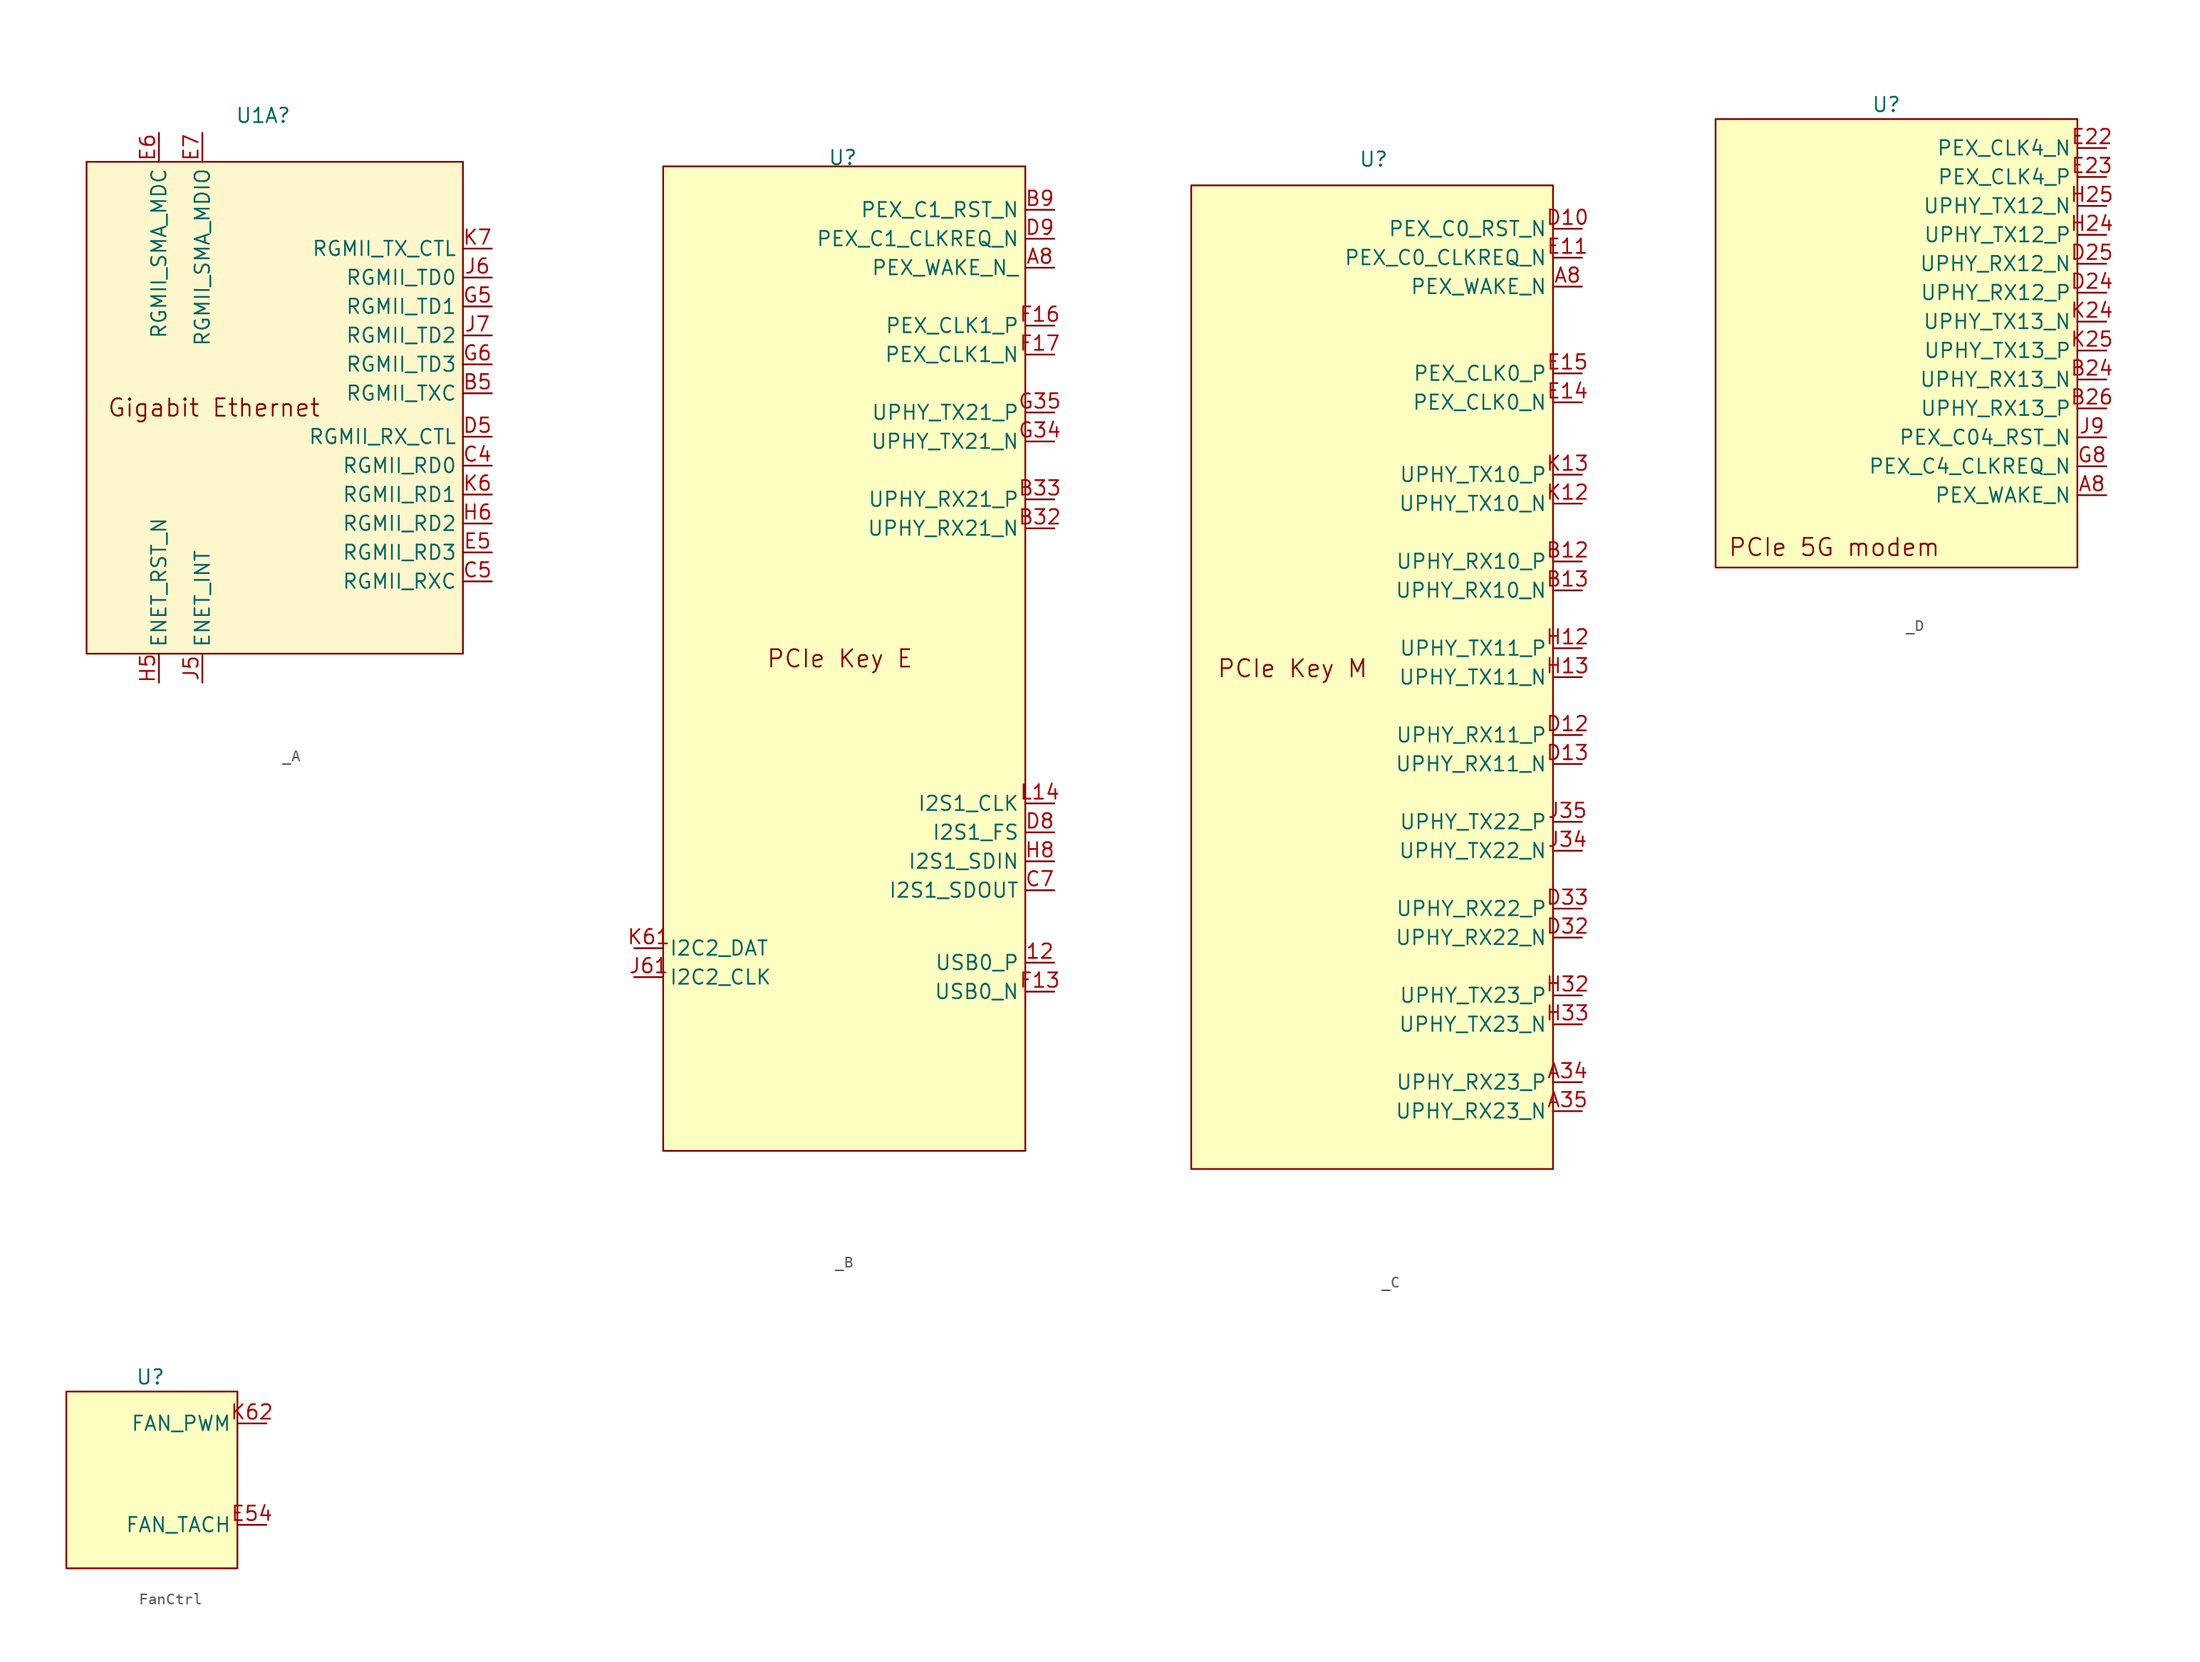
<source format=kicad_sym>
(kicad_symbol_lib
  (version 20241209)
  (generator "kicad_symbol_editor")
  (generator_version "9.0")
  (symbol "_A"
    (property "Reference" "U1A"
      (at 0.254 25.654 0)
      (effects (font (size 1.27 1.27))))
    (property "Value" ""
      (at 0 0 0)
      (effects (font (size 1.27 1.27))))
    (symbol "_A_0_1"
      (rectangle (start -15.24 21.59) (end 17.78 -21.59) (stroke (width 0) (type default)) (fill (type color) (color 255 247 204 1))))
    (symbol "_A_1_0"
      (pin output line (at -8.89 24.13 270) (length 2.54) (name "RGMII_SMA_MDC" (effects (font (size 1.27 1.27)))) (number "E6" (effects (font (size 1.27 1.27)))))
      (pin bidirectional line (at -8.89 -24.13 90) (length 2.54) (name "ENET_RST_N" (effects (font (size 1.27 1.27)))) (number "H5" (effects (font (size 1.27 1.27)))))
      (pin bidirectional line (at -5.08 24.13 270) (length 2.54) (name "RGMII_SMA_MDIO" (effects (font (size 1.27 1.27)))) (number "E7" (effects (font (size 1.27 1.27)))))
      (pin bidirectional line (at -5.08 -24.13 90) (length 2.54) (name "ENET_INT" (effects (font (size 1.27 1.27)))) (number "J5" (effects (font (size 1.27 1.27)))))
      (pin input line (at 20.32 -2.54 180) (length 2.54) (name "RGMII_RX_CTL" (effects (font (size 1.27 1.27)))) (number "D5" (effects (font (size 1.27 1.27)))))
      (pin input line (at 20.32 -5.08 180) (length 2.54) (name "RGMII_RD0" (effects (font (size 1.27 1.27)))) (number "C4" (effects (font (size 1.27 1.27)))))
      (pin input line (at 20.32 -7.62 180) (length 2.54) (name "RGMII_RD1" (effects (font (size 1.27 1.27)))) (number "K6" (effects (font (size 1.27 1.27)))))
      (pin input line (at 20.32 -10.16 180) (length 2.54) (name "RGMII_RD2" (effects (font (size 1.27 1.27)))) (number "H6" (effects (font (size 1.27 1.27)))))
      (pin input line (at 20.32 -12.7 180) (length 2.54) (name "RGMII_RD3" (effects (font (size 1.27 1.27)))) (number "E5" (effects (font (size 1.27 1.27)))))
      (pin input line (at 20.32 -15.24 180) (length 2.54) (name "RGMII_RXC" (effects (font (size 1.27 1.27)))) (number "C5" (effects (font (size 1.27 1.27))))))
    (symbol "_A_1_1"
      (text "Gigabit Ethernet" (at -4.064 0 0) (effects (font (size 1.524 1.524))))
      (pin output line (at 20.32 13.97 180) (length 2.54) (name "RGMII_TX_CTL" (effects (font (size 1.27 1.27)))) (number "K7" (effects (font (size 1.27 1.27)))))
      (pin output line (at 20.32 11.43 180) (length 2.54) (name "RGMII_TD0" (effects (font (size 1.27 1.27)))) (number "J6" (effects (font (size 1.27 1.27)))))
      (pin output line (at 20.32 8.89 180) (length 2.54) (name "RGMII_TD1" (effects (font (size 1.27 1.27)))) (number "G5" (effects (font (size 1.27 1.27)))))
      (pin output line (at 20.32 6.35 180) (length 2.54) (name "RGMII_TD2" (effects (font (size 1.27 1.27)))) (number "J7" (effects (font (size 1.27 1.27)))))
      (pin output line (at 20.32 3.81 180) (length 2.54) (name "RGMII_TD3" (effects (font (size 1.27 1.27)))) (number "G6" (effects (font (size 1.27 1.27)))))
      (pin output line (at 20.32 1.27 180) (length 2.54) (name "RGMII_TXC" (effects (font (size 1.27 1.27)))) (number "B5" (effects (font (size 1.27 1.27)))))))
  (symbol "_B"
    (property "Reference" "U"
      (at 0.508 23.622 0)
      (effects (font (size 1.27 1.27))))
    (property "Value" ""
      (at 0 0 0)
      (effects (font (size 1.27 1.27))))
    (symbol "_B_0_1"
      (rectangle (start -15.24 22.86) (end 16.51 -63.5) (stroke (width 0) (type default)) (fill (type background))))
    (symbol "_B_1_0"
      (pin bidirectional line (at -17.78 -45.72 0) (length 2.54) (name "I2C2_DAT" (effects (font (size 1.27 1.27)))) (number "K61" (effects (font (size 1.27 1.27)))))
      (pin bidirectional line (at -17.78 -48.26 0) (length 2.54) (name "I2C2_CLK" (effects (font (size 1.27 1.27)))) (number "J61" (effects (font (size 1.27 1.27)))))
      (pin output line (at 19.05 19.05 180) (length 2.54) (name "PEX_C1_RST_N" (effects (font (size 1.27 1.27)))) (number "B9" (effects (font (size 1.27 1.27)))))
      (pin bidirectional line (at 19.05 16.51 180) (length 2.54) (name "PEX_C1_CLKREQ_N" (effects (font (size 1.27 1.27)))) (number "D9" (effects (font (size 1.27 1.27)))))
      (pin input line (at 19.05 13.97 180) (length 2.54) (name "PEX_WAKE_N_" (effects (font (size 1.27 1.27)))) (number "A8" (effects (font (size 1.27 1.27)))))
      (pin output line (at 19.05 8.89 180) (length 2.54) (name "PEX_CLK1_P" (effects (font (size 1.27 1.27)))) (number "F16" (effects (font (size 1.27 1.27)))))
      (pin output line (at 19.05 6.35 180) (length 2.54) (name "PEX_CLK1_N" (effects (font (size 1.27 1.27)))) (number "F17" (effects (font (size 1.27 1.27)))))
      (pin output line (at 19.05 1.27 180) (length 2.54) (name "UPHY_TX21_P" (effects (font (size 1.27 1.27)))) (number "G35" (effects (font (size 1.27 1.27)))))
      (pin output line (at 19.05 -1.27 180) (length 2.54) (name "UPHY_TX21_N" (effects (font (size 1.27 1.27)))) (number "G34" (effects (font (size 1.27 1.27)))))
      (pin input line (at 19.05 -6.35 180) (length 2.54) (name "UPHY_RX21_P" (effects (font (size 1.27 1.27)))) (number "B33" (effects (font (size 1.27 1.27)))))
      (pin input line (at 19.05 -8.89 180) (length 2.54) (name "UPHY_RX21_N" (effects (font (size 1.27 1.27)))) (number "B32" (effects (font (size 1.27 1.27)))))
      (pin bidirectional line (at 19.05 -33.02 180) (length 2.54) (name "I2S1_CLK" (effects (font (size 1.27 1.27)))) (number "L14" (effects (font (size 1.27 1.27)))))
      (pin bidirectional line (at 19.05 -35.56 180) (length 2.54) (name "I2S1_FS" (effects (font (size 1.27 1.27)))) (number "D8" (effects (font (size 1.27 1.27)))))
      (pin input line (at 19.05 -38.1 180) (length 2.54) (name "I2S1_SDIN" (effects (font (size 1.27 1.27)))) (number "H8" (effects (font (size 1.27 1.27)))))
      (pin output line (at 19.05 -40.64 180) (length 2.54) (name "I2S1_SDOUT" (effects (font (size 1.27 1.27)))) (number "C7" (effects (font (size 1.27 1.27)))))
      (pin bidirectional line (at 19.05 -46.99 180) (length 2.54) (name "USB0_P" (effects (font (size 1.27 1.27)))) (number "12" (effects (font (size 1.27 1.27)))))
      (pin bidirectional line (at 19.05 -49.53 180) (length 2.54) (name "USB0_N" (effects (font (size 1.27 1.27)))) (number "F13" (effects (font (size 1.27 1.27))))))
    (symbol "_B_1_1"
      (text "PCIe Key E" (at 0.254 -20.32 0) (effects (font (size 1.524 1.524))))))
  (symbol "_C"
    (property "Reference" "U"
      (at 0.762 44.196 0)
      (effects (font (size 1.27 1.27))))
    (property "Value" ""
      (at 0 0 0)
      (effects (font (size 1.27 1.27))))
    (symbol "_C_0_1"
      (rectangle (start -15.24 41.91) (end 16.51 -44.45) (stroke (width 0) (type default)) (fill (type background))))
    (symbol "_C_1_0"
      (pin output line (at 19.05 38.1 180) (length 2.54) (name "PEX_C0_RST_N" (effects (font (size 1.27 1.27)))) (number "D10" (effects (font (size 1.27 1.27)))))
      (pin bidirectional line (at 19.05 35.56 180) (length 2.54) (name "PEX_C0_CLKREQ_N" (effects (font (size 1.27 1.27)))) (number "E11" (effects (font (size 1.27 1.27)))))
      (pin input line (at 19.05 33.02 180) (length 2.54) (name "PEX_WAKE_N" (effects (font (size 1.27 1.27)))) (number "A8" (effects (font (size 1.27 1.27)))))
      (pin output line (at 19.05 25.4 180) (length 2.54) (name "PEX_CLK0_P" (effects (font (size 1.27 1.27)))) (number "E15" (effects (font (size 1.27 1.27)))))
      (pin output line (at 19.05 22.86 180) (length 2.54) (name "PEX_CLK0_N" (effects (font (size 1.27 1.27)))) (number "E14" (effects (font (size 1.27 1.27)))))
      (pin output line (at 19.05 16.51 180) (length 2.54) (name "UPHY_TX10_P" (effects (font (size 1.27 1.27)))) (number "K13" (effects (font (size 1.27 1.27)))))
      (pin output line (at 19.05 13.97 180) (length 2.54) (name "UPHY_TX10_N" (effects (font (size 1.27 1.27)))) (number "K12" (effects (font (size 1.27 1.27)))))
      (pin input line (at 19.05 8.89 180) (length 2.54) (name "UPHY_RX10_P" (effects (font (size 1.27 1.27)))) (number "B12" (effects (font (size 1.27 1.27)))))
      (pin input line (at 19.05 6.35 180) (length 2.54) (name "UPHY_RX10_N" (effects (font (size 1.27 1.27)))) (number "B13" (effects (font (size 1.27 1.27)))))
      (pin output line (at 19.05 1.27 180) (length 2.54) (name "UPHY_TX11_P" (effects (font (size 1.27 1.27)))) (number "H12" (effects (font (size 1.27 1.27)))))
      (pin output line (at 19.05 -1.27 180) (length 2.54) (name "UPHY_TX11_N" (effects (font (size 1.27 1.27)))) (number "H13" (effects (font (size 1.27 1.27)))))
      (pin input line (at 19.05 -6.35 180) (length 2.54) (name "UPHY_RX11_P" (effects (font (size 1.27 1.27)))) (number "D12" (effects (font (size 1.27 1.27)))))
      (pin input line (at 19.05 -8.89 180) (length 2.54) (name "UPHY_RX11_N" (effects (font (size 1.27 1.27)))) (number "D13" (effects (font (size 1.27 1.27)))))
      (pin output line (at 19.05 -13.97 180) (length 2.54) (name "UPHY_TX22_P" (effects (font (size 1.27 1.27)))) (number "J35" (effects (font (size 1.27 1.27)))))
      (pin output line (at 19.05 -16.51 180) (length 2.54) (name "UPHY_TX22_N" (effects (font (size 1.27 1.27)))) (number "J34" (effects (font (size 1.27 1.27)))))
      (pin input line (at 19.05 -21.59 180) (length 2.54) (name "UPHY_RX22_P" (effects (font (size 1.27 1.27)))) (number "D33" (effects (font (size 1.27 1.27)))))
      (pin input line (at 19.05 -24.13 180) (length 2.54) (name "UPHY_RX22_N" (effects (font (size 1.27 1.27)))) (number "D32" (effects (font (size 1.27 1.27)))))
      (pin output line (at 19.05 -29.21 180) (length 2.54) (name "UPHY_TX23_P" (effects (font (size 1.27 1.27)))) (number "H32" (effects (font (size 1.27 1.27)))))
      (pin output line (at 19.05 -31.75 180) (length 2.54) (name "UPHY_TX23_N" (effects (font (size 1.27 1.27)))) (number "H33" (effects (font (size 1.27 1.27)))))
      (pin input line (at 19.05 -36.83 180) (length 2.54) (name "UPHY_RX23_P" (effects (font (size 1.27 1.27)))) (number "A34" (effects (font (size 1.27 1.27)))))
      (pin input line (at 19.05 -39.37 180) (length 2.54) (name "UPHY_RX23_N" (effects (font (size 1.27 1.27)))) (number "A35" (effects (font (size 1.27 1.27))))))
    (symbol "_C_1_1"
      (text "PCIe Key M" (at -6.35 -0.508 0) (effects (font (size 1.524 1.524))))))
  (symbol "_D"
    (property "Reference" "U"
      (at -0.254 31.75 0)
      (effects (font (size 1.27 1.27))))
    (property "Value" ""
      (at 0 0 0)
      (effects (font (size 1.27 1.27))))
    (symbol "_D_0_1"
      (rectangle (start -15.24 30.48) (end 16.51 -8.89) (stroke (width 0) (type default)) (fill (type background))))
    (symbol "_D_1_0"
      (pin output line (at 19.05 27.94 180) (length 2.54) (name "PEX_CLK4_N" (effects (font (size 1.27 1.27)))) (number "E22" (effects (font (size 1.27 1.27)))))
      (pin output line (at 19.05 25.4 180) (length 2.54) (name "PEX_CLK4_P" (effects (font (size 1.27 1.27)))) (number "E23" (effects (font (size 1.27 1.27)))))
      (pin input line (at 19.05 22.86 180) (length 2.54) (name "UPHY_TX12_N" (effects (font (size 1.27 1.27)))) (number "H25" (effects (font (size 1.27 1.27)))))
      (pin input line (at 19.05 20.32 180) (length 2.54) (name "UPHY_TX12_P" (effects (font (size 1.27 1.27)))) (number "H24" (effects (font (size 1.27 1.27)))))
      (pin output line (at 19.05 17.78 180) (length 2.54) (name "UPHY_RX12_N" (effects (font (size 1.27 1.27)))) (number "D25" (effects (font (size 1.27 1.27)))))
      (pin output line (at 19.05 15.24 180) (length 2.54) (name "UPHY_RX12_P" (effects (font (size 1.27 1.27)))) (number "D24" (effects (font (size 1.27 1.27)))))
      (pin output line (at 19.05 12.7 180) (length 2.54) (name "UPHY_TX13_N" (effects (font (size 1.27 1.27)))) (number "K24" (effects (font (size 1.27 1.27)))))
      (pin output line (at 19.05 10.16 180) (length 2.54) (name "UPHY_TX13_P" (effects (font (size 1.27 1.27)))) (number "K25" (effects (font (size 1.27 1.27)))))
      (pin input line (at 19.05 7.62 180) (length 2.54) (name "UPHY_RX13_N" (effects (font (size 1.27 1.27)))) (number "B24" (effects (font (size 1.27 1.27)))))
      (pin input line (at 19.05 5.08 180) (length 2.54) (name "UPHY_RX13_P" (effects (font (size 1.27 1.27)))) (number "B26" (effects (font (size 1.27 1.27)))))
      (pin output line (at 19.05 2.54 180) (length 2.54) (name "PEX_C04_RST_N" (effects (font (size 1.27 1.27)))) (number "J9" (effects (font (size 1.27 1.27)))))
      (pin bidirectional line (at 19.05 0 180) (length 2.54) (name "PEX_C4_CLKREQ_N" (effects (font (size 1.27 1.27)))) (number "G8" (effects (font (size 1.27 1.27)))))
      (pin input line (at 19.05 -2.54 180) (length 2.54) (name "PEX_WAKE_N" (effects (font (size 1.27 1.27)))) (number "A8" (effects (font (size 1.27 1.27))))))
    (symbol "_D_1_1"
      (text "PCIe 5G modem" (at -4.826 -7.112 0) (effects (font (size 1.524 1.524))))))
  (symbol "FanCtrl"
    (property "Reference" "U"
      (at 0 9.144 0)
      (effects (font (size 1.27 1.27))))
    (property "Value" ""
      (at 0 0 0)
      (effects (font (size 1.27 1.27))))
    (symbol "FanCtrl_0_1"
      (rectangle (start -7.366 7.874) (end 7.62 -7.62) (stroke (width 0) (type default)) (fill (type background))))
    (symbol "FanCtrl_1_1"
      (pin output line (at 10.16 5.08 180) (length 2.54) (name "FAN_PWM" (effects (font (size 1.27 1.27)))) (number "K62" (effects (font (size 1.27 1.27)))))
      (pin input line (at 10.16 -3.81 180) (length 2.54) (name "FAN_TACH" (effects (font (size 1.27 1.27)))) (number "E54" (effects (font (size 1.27 1.27))))))))
</source>
